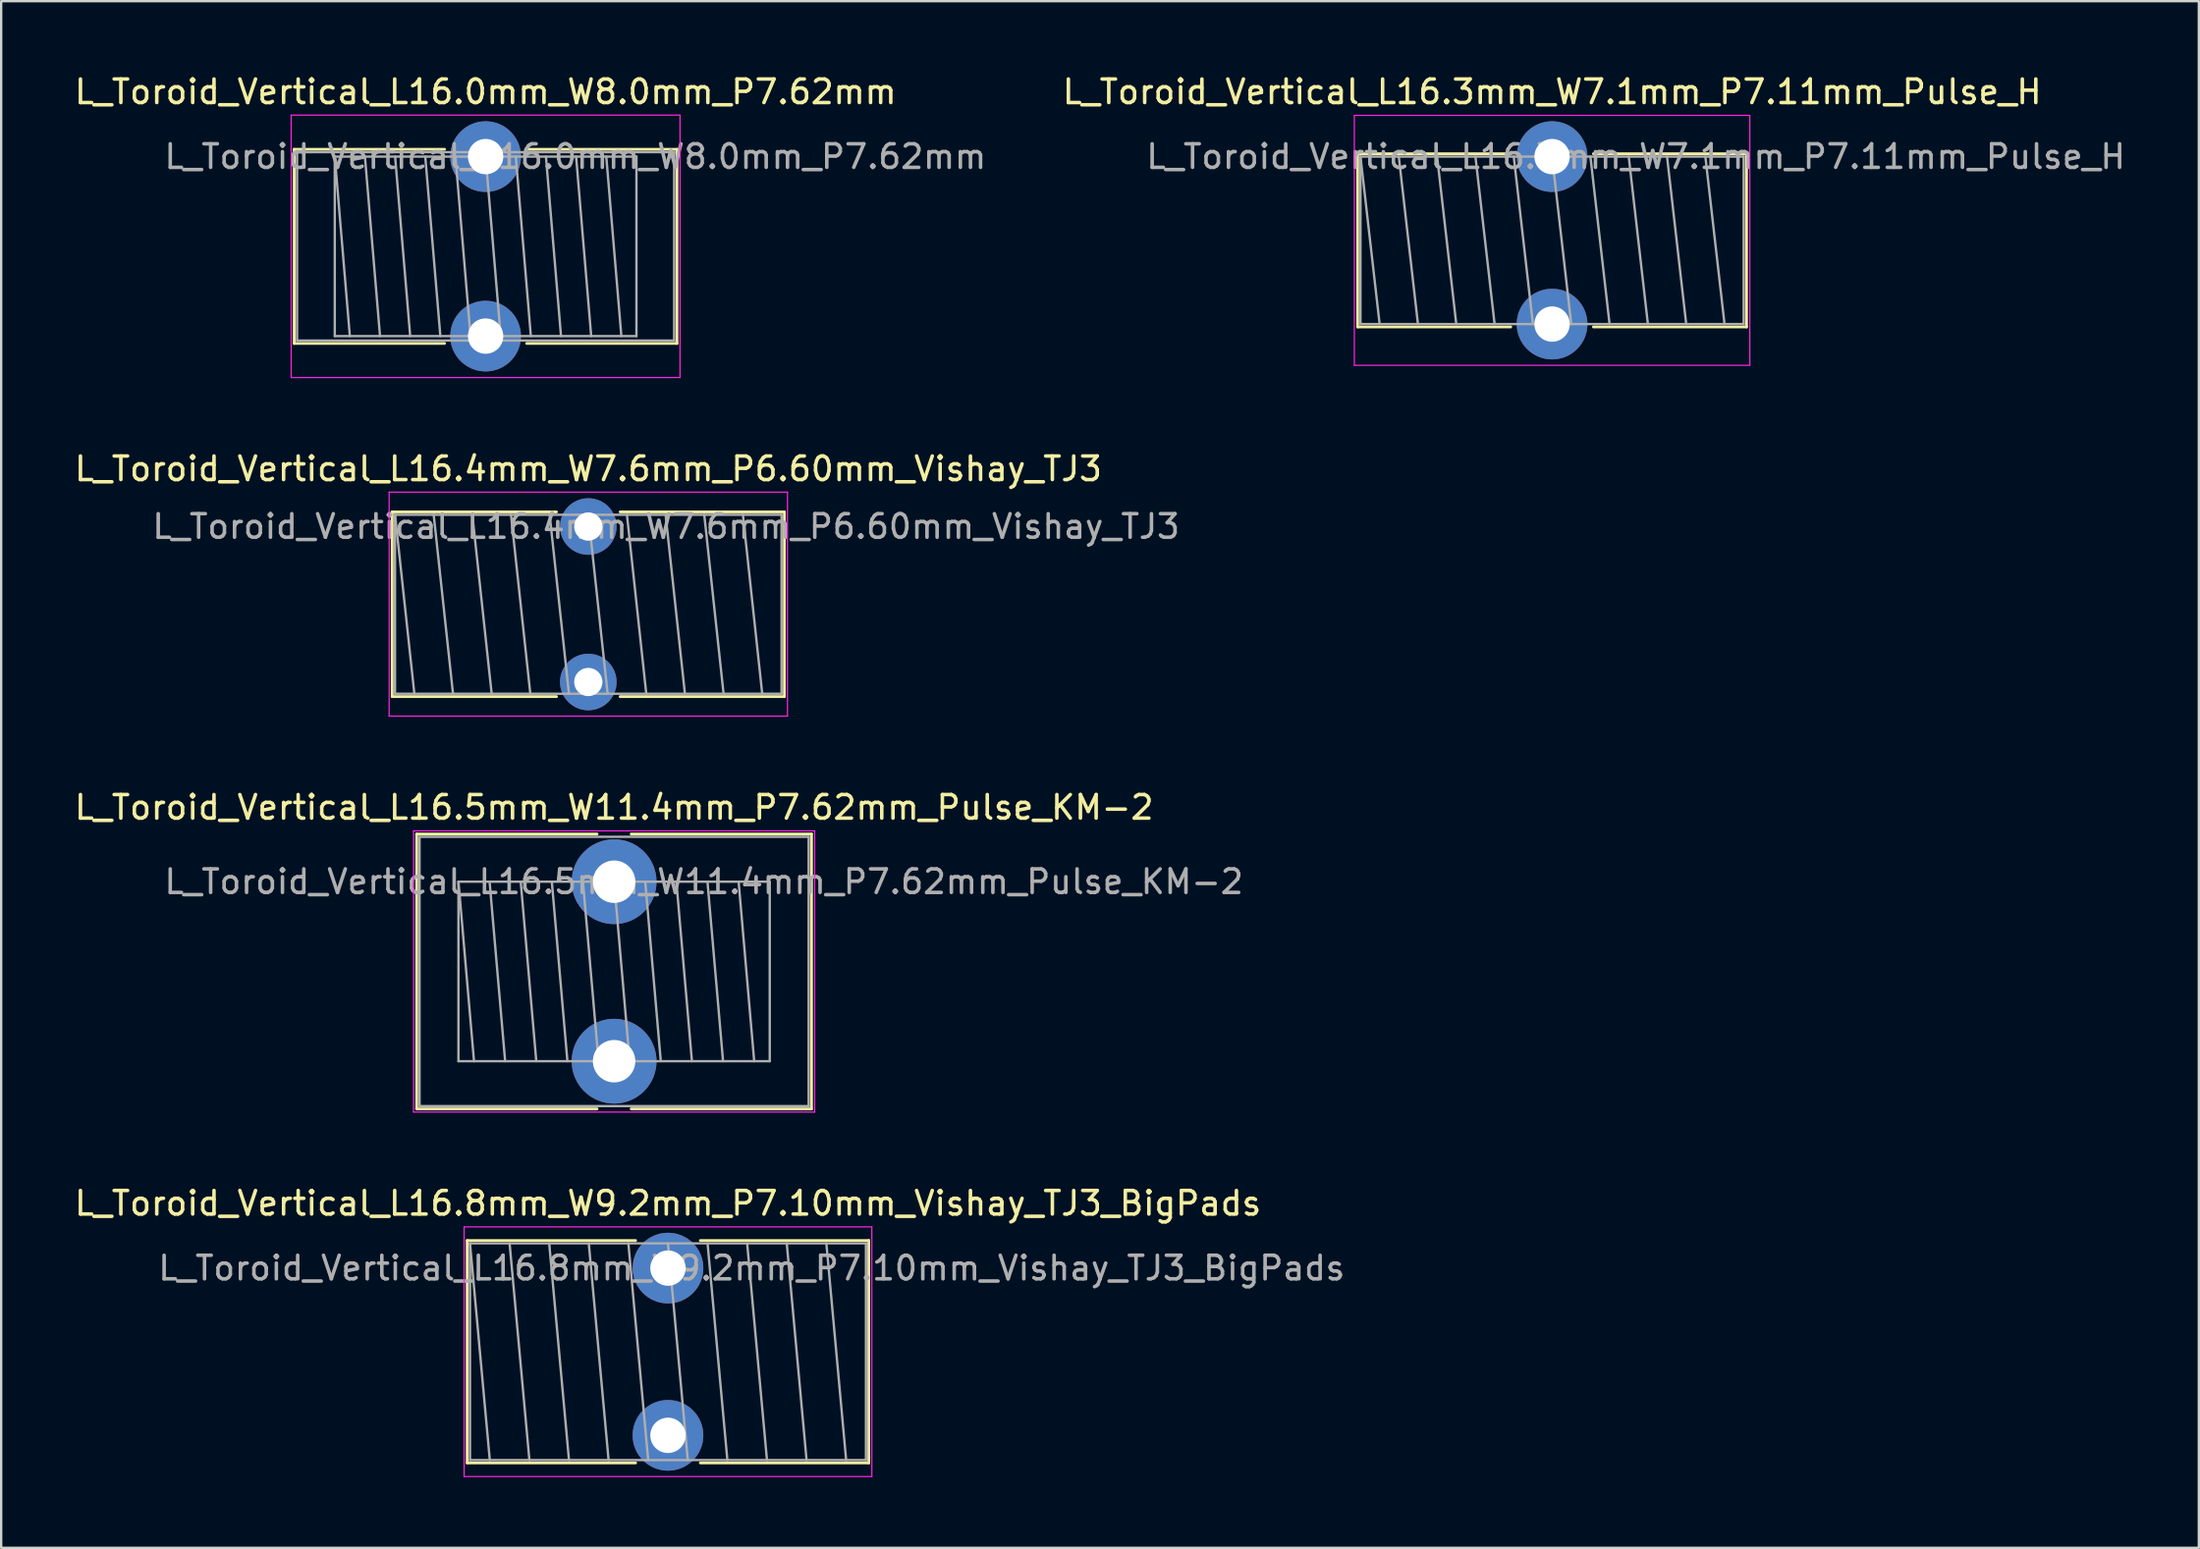
<source format=kicad_pcb>
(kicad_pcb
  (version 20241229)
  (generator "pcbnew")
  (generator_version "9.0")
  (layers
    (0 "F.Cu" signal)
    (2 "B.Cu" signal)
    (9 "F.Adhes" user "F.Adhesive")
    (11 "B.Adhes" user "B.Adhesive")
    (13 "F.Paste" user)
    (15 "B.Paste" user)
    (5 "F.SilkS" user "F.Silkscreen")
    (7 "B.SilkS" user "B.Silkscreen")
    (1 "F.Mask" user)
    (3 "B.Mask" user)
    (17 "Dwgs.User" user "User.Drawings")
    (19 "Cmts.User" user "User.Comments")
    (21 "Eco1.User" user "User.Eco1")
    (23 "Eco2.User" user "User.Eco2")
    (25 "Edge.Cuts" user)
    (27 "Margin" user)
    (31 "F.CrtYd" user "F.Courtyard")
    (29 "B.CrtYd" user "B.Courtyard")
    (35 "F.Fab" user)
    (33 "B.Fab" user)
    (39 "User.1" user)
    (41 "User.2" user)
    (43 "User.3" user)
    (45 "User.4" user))
  (footprint "L_Toroid_Vertical_L16.4mm_W7.6mm_P6.60mm_Vishay_TJ3"
    (layer "F.Cu")
    (at 21.911 19.302)
    (property "Reference" "L_Toroid_Vertical_L16.4mm_W7.6mm_P6.60mm_Vishay_TJ3" (at 0 -2.45 0) (layer "F.SilkS") (effects (font (size 1 1) (thickness 0.15))))
    (attr through_hole)
    (fp_line (start -8.32 -0.62) (end -8.32 7.22) (stroke (width 0.12) (type solid)) (layer "F.SilkS"))
    (fp_line (start -8.32 -0.62) (end -1.35 -0.62) (stroke (width 0.12) (type solid)) (layer "F.SilkS"))
    (fp_line (start -8.32 7.22) (end -1.35 7.22) (stroke (width 0.12) (type solid)) (layer "F.SilkS"))
    (fp_line (start 1.35 -0.62) (end 8.32 -0.62) (stroke (width 0.12) (type solid)) (layer "F.SilkS"))
    (fp_line (start 1.35 7.22) (end 8.32 7.22) (stroke (width 0.12) (type solid)) (layer "F.SilkS"))
    (fp_line (start 8.32 -0.62) (end 8.32 7.22) (stroke (width 0.12) (type solid)) (layer "F.SilkS"))
    (fp_line (start -8.45 -1.46) (end -8.45 8.05) (stroke (width 0.05) (type solid)) (layer "F.CrtYd"))
    (fp_line (start -8.45 8.05) (end 8.45 8.05) (stroke (width 0.05) (type solid)) (layer "F.CrtYd"))
    (fp_line (start 8.45 -1.46) (end -8.45 -1.46) (stroke (width 0.05) (type solid)) (layer "F.CrtYd"))
    (fp_line (start 8.45 8.05) (end 8.45 -1.46) (stroke (width 0.05) (type solid)) (layer "F.CrtYd"))
    (fp_line (start -8.2 -0.5) (end -8.2 7.1) (stroke (width 0.1) (type solid)) (layer "F.Fab"))
    (fp_line (start -8.2 -0.5) (end -7.38 7.1) (stroke (width 0.1) (type solid)) (layer "F.Fab"))
    (fp_line (start -8.2 7.1) (end 8.2 7.1) (stroke (width 0.1) (type solid)) (layer "F.Fab"))
    (fp_line (start -6.56 -0.5) (end -5.74 7.1) (stroke (width 0.1) (type solid)) (layer "F.Fab"))
    (fp_line (start -4.92 -0.5) (end -4.1 7.1) (stroke (width 0.1) (type solid)) (layer "F.Fab"))
    (fp_line (start -3.28 -0.5) (end -2.46 7.1) (stroke (width 0.1) (type solid)) (layer "F.Fab"))
    (fp_line (start -1.64 -0.5) (end -0.82 7.1) (stroke (width 0.1) (type solid)) (layer "F.Fab"))
    (fp_line (start 0 -0.5) (end 0.82 7.1) (stroke (width 0.1) (type solid)) (layer "F.Fab"))
    (fp_line (start 1.64 -0.5) (end 2.46 7.1) (stroke (width 0.1) (type solid)) (layer "F.Fab"))
    (fp_line (start 3.28 -0.5) (end 4.1 7.1) (stroke (width 0.1) (type solid)) (layer "F.Fab"))
    (fp_line (start 4.92 -0.5) (end 5.74 7.1) (stroke (width 0.1) (type solid)) (layer "F.Fab"))
    (fp_line (start 6.56 -0.5) (end 7.38 7.1) (stroke (width 0.1) (type solid)) (layer "F.Fab"))
    (fp_line (start 8.2 -0.5) (end -8.2 -0.5) (stroke (width 0.1) (type solid)) (layer "F.Fab"))
    (fp_line (start 8.2 7.1) (end 8.2 -0.5) (stroke (width 0.1) (type solid)) (layer "F.Fab"))
    (fp_text user "${REFERENCE}" (at 3.3 0 0) (layer "F.Fab") (effects (font (size 1 1) (thickness 0.15))))
    (pad "1" thru_hole circle (at 0 0) (size 2.4 2.4) (drill 1.2) (layers "*.Cu" "*.Mask"))
    (pad "2" thru_hole circle (at 0 6.6) (size 2.4 2.4) (drill 1.2) (layers "*.Cu" "*.Mask")))
  (footprint "L_Toroid_Vertical_L16.8mm_W9.2mm_P7.10mm_Vishay_TJ3_BigPads"
    (layer "F.Cu")
    (at 25.292 50.783)
    (property "Reference" "L_Toroid_Vertical_L16.8mm_W9.2mm_P7.10mm_Vishay_TJ3_BigPads" (at 0 -2.75 0) (layer "F.SilkS") (effects (font (size 1 1) (thickness 0.15))))
    (attr through_hole)
    (fp_line (start -8.52 -1.17) (end -8.52 8.27) (stroke (width 0.12) (type solid)) (layer "F.SilkS"))
    (fp_line (start -8.52 -1.17) (end -1.374 -1.17) (stroke (width 0.12) (type solid)) (layer "F.SilkS"))
    (fp_line (start -8.52 8.27) (end -1.374 8.27) (stroke (width 0.12) (type solid)) (layer "F.SilkS"))
    (fp_line (start 1.374 -1.17) (end 8.52 -1.17) (stroke (width 0.12) (type solid)) (layer "F.SilkS"))
    (fp_line (start 1.374 8.27) (end 8.52 8.27) (stroke (width 0.12) (type solid)) (layer "F.SilkS"))
    (fp_line (start 8.52 -1.17) (end 8.52 8.27) (stroke (width 0.12) (type solid)) (layer "F.SilkS"))
    (fp_line (start -8.65 -1.75) (end -8.65 8.85) (stroke (width 0.05) (type solid)) (layer "F.CrtYd"))
    (fp_line (start -8.65 8.85) (end 8.65 8.85) (stroke (width 0.05) (type solid)) (layer "F.CrtYd"))
    (fp_line (start 8.65 -1.75) (end -8.65 -1.75) (stroke (width 0.05) (type solid)) (layer "F.CrtYd"))
    (fp_line (start 8.65 8.85) (end 8.65 -1.75) (stroke (width 0.05) (type solid)) (layer "F.CrtYd"))
    (fp_line (start -8.4 -1.05) (end -8.4 8.15) (stroke (width 0.1) (type solid)) (layer "F.Fab"))
    (fp_line (start -8.4 -1.05) (end -7.56 8.15) (stroke (width 0.1) (type solid)) (layer "F.Fab"))
    (fp_line (start -8.4 8.15) (end 8.4 8.15) (stroke (width 0.1) (type solid)) (layer "F.Fab"))
    (fp_line (start -6.72 -1.05) (end -5.88 8.15) (stroke (width 0.1) (type solid)) (layer "F.Fab"))
    (fp_line (start -5.04 -1.05) (end -4.2 8.15) (stroke (width 0.1) (type solid)) (layer "F.Fab"))
    (fp_line (start -3.36 -1.05) (end -2.52 8.15) (stroke (width 0.1) (type solid)) (layer "F.Fab"))
    (fp_line (start -1.68 -1.05) (end -0.84 8.15) (stroke (width 0.1) (type solid)) (layer "F.Fab"))
    (fp_line (start 0 -1.05) (end 0.84 8.15) (stroke (width 0.1) (type solid)) (layer "F.Fab"))
    (fp_line (start 1.68 -1.05) (end 2.52 8.15) (stroke (width 0.1) (type solid)) (layer "F.Fab"))
    (fp_line (start 3.36 -1.05) (end 4.2 8.15) (stroke (width 0.1) (type solid)) (layer "F.Fab"))
    (fp_line (start 5.04 -1.05) (end 5.88 8.15) (stroke (width 0.1) (type solid)) (layer "F.Fab"))
    (fp_line (start 6.72 -1.05) (end 7.56 8.15) (stroke (width 0.1) (type solid)) (layer "F.Fab"))
    (fp_line (start 8.4 -1.05) (end -8.4 -1.05) (stroke (width 0.1) (type solid)) (layer "F.Fab"))
    (fp_line (start 8.4 8.15) (end 8.4 -1.05) (stroke (width 0.1) (type solid)) (layer "F.Fab"))
    (fp_text user "${REFERENCE}" (at 3.55 0 0) (layer "F.Fab") (effects (font (size 1 1) (thickness 0.15))))
    (pad "1" thru_hole circle (at 0 0) (size 3 3) (drill 1.5) (layers "*.Cu" "*.Mask"))
    (pad "2" thru_hole circle (at 0 7.1) (size 3 3) (drill 1.5) (layers "*.Cu" "*.Mask")))
  (footprint "L_Toroid_Vertical_L16.0mm_W8.0mm_P7.62mm"
    (layer "F.Cu")
    (at 17.554 3.598)
    (property "Reference" "L_Toroid_Vertical_L16.0mm_W8.0mm_P7.62mm" (at 0 -2.75 0) (layer "F.SilkS") (effects (font (size 1 1) (thickness 0.15))))
    (attr through_hole)
    (fp_line (start -8.12 -0.31) (end -8.12 7.93) (stroke (width 0.12) (type solid)) (layer "F.SilkS"))
    (fp_line (start -8.12 -0.31) (end -1.742 -0.31) (stroke (width 0.12) (type solid)) (layer "F.SilkS"))
    (fp_line (start -8.12 7.93) (end -1.742 7.93) (stroke (width 0.12) (type solid)) (layer "F.SilkS"))
    (fp_line (start 1.742 -0.31) (end 8.12 -0.31) (stroke (width 0.12) (type solid)) (layer "F.SilkS"))
    (fp_line (start 1.742 7.93) (end 8.12 7.93) (stroke (width 0.12) (type solid)) (layer "F.SilkS"))
    (fp_line (start 8.12 -0.31) (end 8.12 7.93) (stroke (width 0.12) (type solid)) (layer "F.SilkS"))
    (fp_line (start -8.25 -1.76) (end -8.25 9.38) (stroke (width 0.05) (type solid)) (layer "F.CrtYd"))
    (fp_line (start -8.25 9.38) (end 8.25 9.38) (stroke (width 0.05) (type solid)) (layer "F.CrtYd"))
    (fp_line (start 8.25 -1.76) (end -8.25 -1.76) (stroke (width 0.05) (type solid)) (layer "F.CrtYd"))
    (fp_line (start 8.25 9.38) (end 8.25 -1.76) (stroke (width 0.05) (type solid)) (layer "F.CrtYd"))
    (fp_line (start -8 -0.19) (end -8 7.81) (stroke (width 0.1) (type solid)) (layer "F.Fab"))
    (fp_line (start -8 7.81) (end 8 7.81) (stroke (width 0.1) (type solid)) (layer "F.Fab"))
    (fp_line (start -6.4 0) (end -6.4 7.62) (stroke (width 0.1) (type solid)) (layer "F.Fab"))
    (fp_line (start -6.4 0) (end -5.76 7.62) (stroke (width 0.1) (type solid)) (layer "F.Fab"))
    (fp_line (start -6.4 7.62) (end 6.4 7.62) (stroke (width 0.1) (type solid)) (layer "F.Fab"))
    (fp_line (start -5.12 0) (end -4.48 7.62) (stroke (width 0.1) (type solid)) (layer "F.Fab"))
    (fp_line (start -3.84 0) (end -3.2 7.62) (stroke (width 0.1) (type solid)) (layer "F.Fab"))
    (fp_line (start -2.56 0) (end -1.92 7.62) (stroke (width 0.1) (type solid)) (layer "F.Fab"))
    (fp_line (start -1.28 0) (end -0.64 7.62) (stroke (width 0.1) (type solid)) (layer "F.Fab"))
    (fp_line (start 0 0) (end 0.64 7.62) (stroke (width 0.1) (type solid)) (layer "F.Fab"))
    (fp_line (start 1.28 0) (end 1.92 7.62) (stroke (width 0.1) (type solid)) (layer "F.Fab"))
    (fp_line (start 2.56 0) (end 3.2 7.62) (stroke (width 0.1) (type solid)) (layer "F.Fab"))
    (fp_line (start 3.84 0) (end 4.48 7.62) (stroke (width 0.1) (type solid)) (layer "F.Fab"))
    (fp_line (start 5.12 0) (end 5.76 7.62) (stroke (width 0.1) (type solid)) (layer "F.Fab"))
    (fp_line (start 6.4 0) (end -6.4 0) (stroke (width 0.1) (type solid)) (layer "F.Fab"))
    (fp_line (start 6.4 7.62) (end 6.4 0) (stroke (width 0.1) (type solid)) (layer "F.Fab"))
    (fp_line (start 8 -0.19) (end -8 -0.19) (stroke (width 0.1) (type solid)) (layer "F.Fab"))
    (fp_line (start 8 7.81) (end 8 -0.19) (stroke (width 0.1) (type solid)) (layer "F.Fab"))
    (fp_text user "${REFERENCE}" (at 3.81 0 0) (layer "F.Fab") (effects (font (size 1 1) (thickness 0.15))))
    (pad "1" thru_hole circle (at 0 0) (size 3 3) (drill 1.5) (layers "*.Cu" "*.Mask"))
    (pad "2" thru_hole circle (at 0 7.62) (size 3 3) (drill 1.5) (layers "*.Cu" "*.Mask")))
  (footprint "L_Toroid_Vertical_L16.3mm_W7.1mm_P7.11mm_Pulse_H"
    (layer "F.Cu")
    (at 62.804 3.598)
    (property "Reference" "L_Toroid_Vertical_L16.3mm_W7.1mm_P7.11mm_Pulse_H" (at 0 -2.75 0) (layer "F.SilkS") (effects (font (size 1 1) (thickness 0.15))))
    (attr through_hole)
    (fp_line (start -8.25 -0.12) (end -8.25 7.23) (stroke (width 0.12) (type solid)) (layer "F.SilkS"))
    (fp_line (start -8.25 -0.12) (end -1.755 -0.12) (stroke (width 0.12) (type solid)) (layer "F.SilkS"))
    (fp_line (start -8.25 7.23) (end -1.755 7.23) (stroke (width 0.12) (type solid)) (layer "F.SilkS"))
    (fp_line (start 1.755 -0.12) (end 8.25 -0.12) (stroke (width 0.12) (type solid)) (layer "F.SilkS"))
    (fp_line (start 1.755 7.23) (end 8.25 7.23) (stroke (width 0.12) (type solid)) (layer "F.SilkS"))
    (fp_line (start 8.25 -0.12) (end 8.25 7.23) (stroke (width 0.12) (type solid)) (layer "F.SilkS"))
    (fp_line (start -8.39 -1.75) (end -8.39 8.86) (stroke (width 0.05) (type solid)) (layer "F.CrtYd"))
    (fp_line (start -8.39 8.86) (end 8.39 8.86) (stroke (width 0.05) (type solid)) (layer "F.CrtYd"))
    (fp_line (start 8.39 -1.75) (end -8.39 -1.75) (stroke (width 0.05) (type solid)) (layer "F.CrtYd"))
    (fp_line (start 8.39 8.86) (end 8.39 -1.75) (stroke (width 0.05) (type solid)) (layer "F.CrtYd"))
    (fp_line (start -8.13 0) (end -8.13 7.11) (stroke (width 0.1) (type solid)) (layer "F.Fab"))
    (fp_line (start -8.13 0) (end -7.317 7.11) (stroke (width 0.1) (type solid)) (layer "F.Fab"))
    (fp_line (start -8.13 7.11) (end 8.13 7.11) (stroke (width 0.1) (type solid)) (layer "F.Fab"))
    (fp_line (start -6.504 0) (end -5.691 7.11) (stroke (width 0.1) (type solid)) (layer "F.Fab"))
    (fp_line (start -4.878 0) (end -4.065 7.11) (stroke (width 0.1) (type solid)) (layer "F.Fab"))
    (fp_line (start -3.252 0) (end -2.439 7.11) (stroke (width 0.1) (type solid)) (layer "F.Fab"))
    (fp_line (start -1.626 0) (end -0.813 7.11) (stroke (width 0.1) (type solid)) (layer "F.Fab"))
    (fp_line (start 0 0) (end 0.813 7.11) (stroke (width 0.1) (type solid)) (layer "F.Fab"))
    (fp_line (start 1.626 0) (end 2.439 7.11) (stroke (width 0.1) (type solid)) (layer "F.Fab"))
    (fp_line (start 3.252 0) (end 4.065 7.11) (stroke (width 0.1) (type solid)) (layer "F.Fab"))
    (fp_line (start 4.878 0) (end 5.691 7.11) (stroke (width 0.1) (type solid)) (layer "F.Fab"))
    (fp_line (start 6.504 0) (end 7.317 7.11) (stroke (width 0.1) (type solid)) (layer "F.Fab"))
    (fp_line (start 8.13 0) (end -8.13 0) (stroke (width 0.1) (type solid)) (layer "F.Fab"))
    (fp_line (start 8.13 7.11) (end 8.13 0) (stroke (width 0.1) (type solid)) (layer "F.Fab"))
    (fp_text user "${REFERENCE}" (at 3.555 0 0) (layer "F.Fab") (effects (font (size 1 1) (thickness 0.15))))
    (pad "1" thru_hole circle (at 0 0) (size 3 3) (drill 1.5) (layers "*.Cu" "*.Mask"))
    (pad "2" thru_hole circle (at 0 7.11) (size 3 3) (drill 1.5) (layers "*.Cu" "*.Mask")))
  (footprint "L_Toroid_Vertical_L16.5mm_W11.4mm_P7.62mm_Pulse_KM-2"
    (layer "F.Cu")
    (at 23.006 34.38)
    (property "Reference" "L_Toroid_Vertical_L16.5mm_W11.4mm_P7.62mm_Pulse_KM-2" (at 0 -3.155 0) (layer "F.SilkS") (effects (font (size 1 1) (thickness 0.15))))
    (attr through_hole)
    (fp_line (start -8.375 -2.025) (end -8.375 9.645) (stroke (width 0.12) (type solid)) (layer "F.SilkS"))
    (fp_line (start -8.375 -2.025) (end -0.725 -2.025) (stroke (width 0.12) (type solid)) (layer "F.SilkS"))
    (fp_line (start -8.375 9.645) (end -0.725 9.645) (stroke (width 0.12) (type solid)) (layer "F.SilkS"))
    (fp_line (start 0.725 -2.025) (end 8.375 -2.025) (stroke (width 0.12) (type solid)) (layer "F.SilkS"))
    (fp_line (start 0.725 9.645) (end 8.375 9.645) (stroke (width 0.12) (type solid)) (layer "F.SilkS"))
    (fp_line (start 8.375 -2.025) (end 8.375 9.645) (stroke (width 0.12) (type solid)) (layer "F.SilkS"))
    (fp_line (start -8.51 -2.16) (end -8.51 9.78) (stroke (width 0.05) (type solid)) (layer "F.CrtYd"))
    (fp_line (start -8.51 9.78) (end 8.51 9.78) (stroke (width 0.05) (type solid)) (layer "F.CrtYd"))
    (fp_line (start 8.51 -2.16) (end -8.51 -2.16) (stroke (width 0.05) (type solid)) (layer "F.CrtYd"))
    (fp_line (start 8.51 9.78) (end 8.51 -2.16) (stroke (width 0.05) (type solid)) (layer "F.CrtYd"))
    (fp_line (start -8.255 -1.905) (end -8.255 9.525) (stroke (width 0.1) (type solid)) (layer "F.Fab"))
    (fp_line (start -8.255 9.525) (end 8.255 9.525) (stroke (width 0.1) (type solid)) (layer "F.Fab"))
    (fp_line (start -6.604 0) (end -6.604 7.62) (stroke (width 0.1) (type solid)) (layer "F.Fab"))
    (fp_line (start -6.604 0) (end -5.944 7.62) (stroke (width 0.1) (type solid)) (layer "F.Fab"))
    (fp_line (start -6.604 7.62) (end 6.604 7.62) (stroke (width 0.1) (type solid)) (layer "F.Fab"))
    (fp_line (start -5.283 0) (end -4.623 7.62) (stroke (width 0.1) (type solid)) (layer "F.Fab"))
    (fp_line (start -3.962 0) (end -3.302 7.62) (stroke (width 0.1) (type solid)) (layer "F.Fab"))
    (fp_line (start -2.642 0) (end -1.981 7.62) (stroke (width 0.1) (type solid)) (layer "F.Fab"))
    (fp_line (start -1.321 0) (end -0.66 7.62) (stroke (width 0.1) (type solid)) (layer "F.Fab"))
    (fp_line (start 0 0) (end 0.66 7.62) (stroke (width 0.1) (type solid)) (layer "F.Fab"))
    (fp_line (start 1.321 0) (end 1.981 7.62) (stroke (width 0.1) (type solid)) (layer "F.Fab"))
    (fp_line (start 2.642 0) (end 3.302 7.62) (stroke (width 0.1) (type solid)) (layer "F.Fab"))
    (fp_line (start 3.962 0) (end 4.623 7.62) (stroke (width 0.1) (type solid)) (layer "F.Fab"))
    (fp_line (start 5.283 0) (end 5.944 7.62) (stroke (width 0.1) (type solid)) (layer "F.Fab"))
    (fp_line (start 6.604 0) (end -6.604 0) (stroke (width 0.1) (type solid)) (layer "F.Fab"))
    (fp_line (start 6.604 7.62) (end 6.604 0) (stroke (width 0.1) (type solid)) (layer "F.Fab"))
    (fp_line (start 8.255 -1.905) (end -8.255 -1.905) (stroke (width 0.1) (type solid)) (layer "F.Fab"))
    (fp_line (start 8.255 9.525) (end 8.255 -1.905) (stroke (width 0.1) (type solid)) (layer "F.Fab"))
    (fp_text user "${REFERENCE}" (at 3.81 0 0) (layer "F.Fab") (effects (font (size 1 1) (thickness 0.15))))
    (pad "1" thru_hole circle (at 0 0) (size 3.6 3.6) (drill 1.8) (layers "*.Cu" "*.Mask"))
    (pad "2" thru_hole circle (at 0 7.62) (size 3.6 3.6) (drill 1.8) (layers "*.Cu" "*.Mask")))
  (gr_rect
    (start -3 -3)
    (end 90.246 62.658)
    (stroke (width 0.1) (type default))
    (fill no)
    (layer "Edge.Cuts")))
</source>
